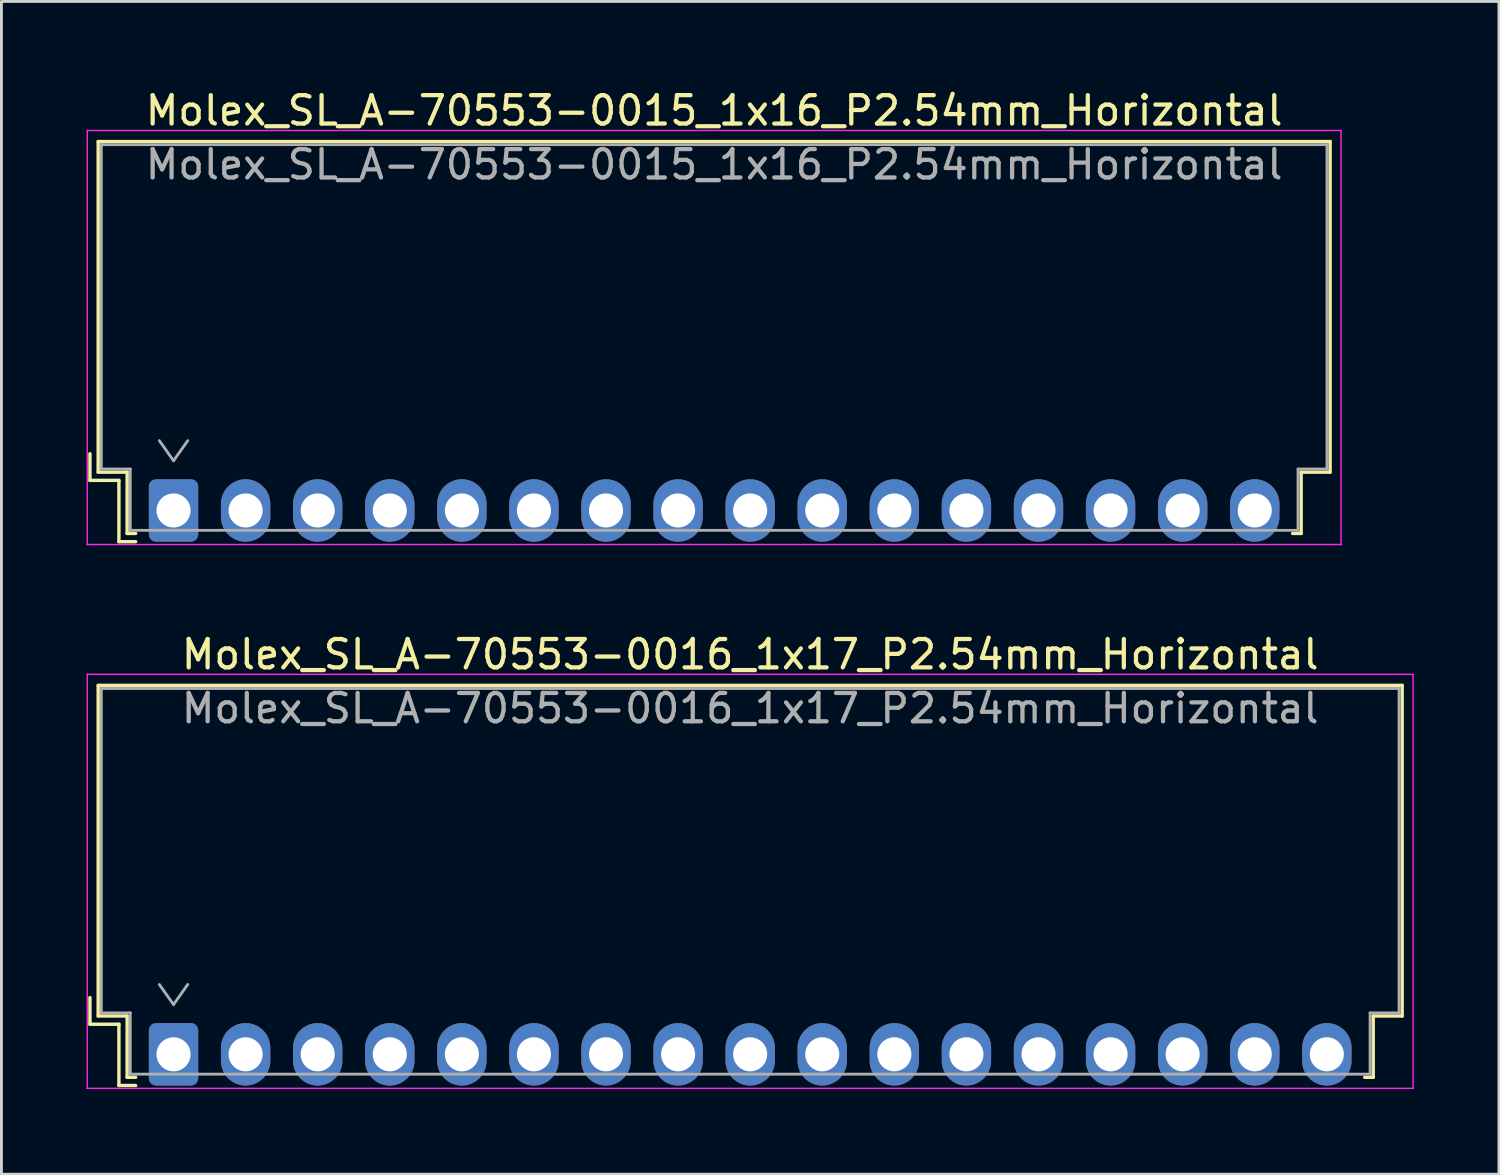
<source format=kicad_pcb>
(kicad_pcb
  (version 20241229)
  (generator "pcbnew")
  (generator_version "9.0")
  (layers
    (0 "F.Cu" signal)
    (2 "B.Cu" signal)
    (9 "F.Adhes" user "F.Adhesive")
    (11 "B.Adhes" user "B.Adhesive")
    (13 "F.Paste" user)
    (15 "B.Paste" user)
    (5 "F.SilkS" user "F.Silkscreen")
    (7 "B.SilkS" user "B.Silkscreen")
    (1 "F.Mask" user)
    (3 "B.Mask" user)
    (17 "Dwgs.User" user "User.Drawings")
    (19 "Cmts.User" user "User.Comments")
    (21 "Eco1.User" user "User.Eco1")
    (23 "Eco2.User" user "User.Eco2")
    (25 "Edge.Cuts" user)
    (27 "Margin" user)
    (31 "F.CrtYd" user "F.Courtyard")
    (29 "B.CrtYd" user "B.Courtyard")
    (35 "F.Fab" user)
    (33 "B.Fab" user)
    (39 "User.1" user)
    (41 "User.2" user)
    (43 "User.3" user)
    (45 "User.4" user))
  (footprint "Molex_SL_A-70553-0015_1x16_P2.54mm_Horizontal"
    (layer "F.Cu")
    (at 3.065 14.938)
    (property "Reference" "Molex_SL_A-70553-0015_1x16_P2.54mm_Horizontal" (at 19.05 -14.09 0) (layer "F.SilkS") (effects (font (size 1 1) (thickness 0.15))))
    (attr through_hole)
    (fp_line (start -2.945 -2) (end -2.945 -1.06) (stroke (width 0.12) (type solid)) (layer "F.SilkS"))
    (fp_line (start -2.945 -1.06) (end -1.925 -1.06) (stroke (width 0.12) (type solid)) (layer "F.SilkS"))
    (fp_line (start -2.655 -13) (end 40.755 -13) (stroke (width 0.12) (type solid)) (layer "F.SilkS"))
    (fp_line (start -2.655 -1.35) (end -2.655 -13) (stroke (width 0.12) (type solid)) (layer "F.SilkS"))
    (fp_line (start -2.655 -1.35) (end -1.635 -1.35) (stroke (width 0.12) (type solid)) (layer "F.SilkS"))
    (fp_line (start -1.925 -1.06) (end -1.925 1.1) (stroke (width 0.12) (type solid)) (layer "F.SilkS"))
    (fp_line (start -1.925 1.1) (end -1.335 1.1) (stroke (width 0.12) (type solid)) (layer "F.SilkS"))
    (fp_line (start -1.635 -1.35) (end -1.635 0.81) (stroke (width 0.12) (type solid)) (layer "F.SilkS"))
    (fp_line (start -1.635 0.81) (end -1.335 0.81) (stroke (width 0.12) (type solid)) (layer "F.SilkS"))
    (fp_line (start 39.735 -1.35) (end 39.735 0.81) (stroke (width 0.12) (type solid)) (layer "F.SilkS"))
    (fp_line (start 39.735 0.81) (end 39.435 0.81) (stroke (width 0.12) (type solid)) (layer "F.SilkS"))
    (fp_line (start 40.755 -13) (end 40.755 -1.35) (stroke (width 0.12) (type solid)) (layer "F.SilkS"))
    (fp_line (start 40.755 -1.35) (end 39.735 -1.35) (stroke (width 0.12) (type solid)) (layer "F.SilkS"))
    (fp_line (start -3.04 -13.39) (end -3.04 1.2) (stroke (width 0.05) (type solid)) (layer "F.CrtYd"))
    (fp_line (start -3.04 1.2) (end -3.04 1.2) (stroke (width 0.05) (type solid)) (layer "F.CrtYd"))
    (fp_line (start -3.04 1.2) (end -3.04 1.2) (stroke (width 0.05) (type solid)) (layer "F.CrtYd"))
    (fp_line (start -3.04 1.2) (end 41.14 1.2) (stroke (width 0.05) (type solid)) (layer "F.CrtYd"))
    (fp_line (start 41.14 -13.39) (end -3.04 -13.39) (stroke (width 0.05) (type solid)) (layer "F.CrtYd"))
    (fp_line (start 41.14 1.2) (end 41.14 -13.39) (stroke (width 0.05) (type solid)) (layer "F.CrtYd"))
    (fp_line (start 41.14 1.2) (end 41.14 1.2) (stroke (width 0.05) (type solid)) (layer "F.CrtYd"))
    (fp_line (start 41.14 1.2) (end 41.14 1.2) (stroke (width 0.05) (type solid)) (layer "F.CrtYd"))
    (fp_line (start -2.545 -12.89) (end -2.545 -1.46) (stroke (width 0.1) (type solid)) (layer "F.Fab"))
    (fp_line (start -2.545 -1.46) (end -1.525 -1.46) (stroke (width 0.1) (type solid)) (layer "F.Fab"))
    (fp_line (start -1.525 -1.46) (end -1.525 0.7) (stroke (width 0.1) (type solid)) (layer "F.Fab"))
    (fp_line (start -1.525 0.7) (end 39.625 0.7) (stroke (width 0.1) (type solid)) (layer "F.Fab"))
    (fp_line (start -0.5 -2.46) (end 0 -1.753) (stroke (width 0.1) (type solid)) (layer "F.Fab"))
    (fp_line (start 0 -1.753) (end 0.5 -2.46) (stroke (width 0.1) (type solid)) (layer "F.Fab"))
    (fp_line (start 39.625 -1.46) (end 40.645 -1.46) (stroke (width 0.1) (type solid)) (layer "F.Fab"))
    (fp_line (start 39.625 0.7) (end 39.625 -1.46) (stroke (width 0.1) (type solid)) (layer "F.Fab"))
    (fp_line (start 40.645 -12.89) (end -2.545 -12.89) (stroke (width 0.1) (type solid)) (layer "F.Fab"))
    (fp_line (start 40.645 -1.46) (end 40.645 -12.89) (stroke (width 0.1) (type solid)) (layer "F.Fab"))
    (fp_text user "${REFERENCE}" (at 19.05 -12.19 0) (layer "F.Fab") (effects (font (size 1 1) (thickness 0.15))))
    (pad "1" thru_hole roundrect (at 0 0) (size 1.74 2.2) (drill 1.2) (layers "*.Cu" "*.Mask") (roundrect_rratio 0.144))
    (pad "2" thru_hole oval (at 2.54 0) (size 1.74 2.2) (drill 1.2) (layers "*.Cu" "*.Mask"))
    (pad "3" thru_hole oval (at 5.08 0) (size 1.74 2.2) (drill 1.2) (layers "*.Cu" "*.Mask"))
    (pad "4" thru_hole oval (at 7.62 0) (size 1.74 2.2) (drill 1.2) (layers "*.Cu" "*.Mask"))
    (pad "5" thru_hole oval (at 10.16 0) (size 1.74 2.2) (drill 1.2) (layers "*.Cu" "*.Mask"))
    (pad "6" thru_hole oval (at 12.7 0) (size 1.74 2.2) (drill 1.2) (layers "*.Cu" "*.Mask"))
    (pad "7" thru_hole oval (at 15.24 0) (size 1.74 2.2) (drill 1.2) (layers "*.Cu" "*.Mask"))
    (pad "8" thru_hole oval (at 17.78 0) (size 1.74 2.2) (drill 1.2) (layers "*.Cu" "*.Mask"))
    (pad "9" thru_hole oval (at 20.32 0) (size 1.74 2.2) (drill 1.2) (layers "*.Cu" "*.Mask"))
    (pad "10" thru_hole oval (at 22.86 0) (size 1.74 2.2) (drill 1.2) (layers "*.Cu" "*.Mask"))
    (pad "11" thru_hole oval (at 25.4 0) (size 1.74 2.2) (drill 1.2) (layers "*.Cu" "*.Mask"))
    (pad "12" thru_hole oval (at 27.94 0) (size 1.74 2.2) (drill 1.2) (layers "*.Cu" "*.Mask"))
    (pad "13" thru_hole oval (at 30.48 0) (size 1.74 2.2) (drill 1.2) (layers "*.Cu" "*.Mask"))
    (pad "14" thru_hole oval (at 33.02 0) (size 1.74 2.2) (drill 1.2) (layers "*.Cu" "*.Mask"))
    (pad "15" thru_hole oval (at 35.56 0) (size 1.74 2.2) (drill 1.2) (layers "*.Cu" "*.Mask"))
    (pad "16" thru_hole oval (at 38.1 0) (size 1.74 2.2) (drill 1.2) (layers "*.Cu" "*.Mask")))
  (footprint "Molex_SL_A-70553-0016_1x17_P2.54mm_Horizontal"
    (layer "F.Cu")
    (at 3.065 34.102)
    (property "Reference" "Molex_SL_A-70553-0016_1x17_P2.54mm_Horizontal" (at 20.32 -14.09 0) (layer "F.SilkS") (effects (font (size 1 1) (thickness 0.15))))
    (attr through_hole)
    (fp_line (start -2.945 -2) (end -2.945 -1.06) (stroke (width 0.12) (type solid)) (layer "F.SilkS"))
    (fp_line (start -2.945 -1.06) (end -1.925 -1.06) (stroke (width 0.12) (type solid)) (layer "F.SilkS"))
    (fp_line (start -2.655 -13) (end 43.295 -13) (stroke (width 0.12) (type solid)) (layer "F.SilkS"))
    (fp_line (start -2.655 -1.35) (end -2.655 -13) (stroke (width 0.12) (type solid)) (layer "F.SilkS"))
    (fp_line (start -2.655 -1.35) (end -1.635 -1.35) (stroke (width 0.12) (type solid)) (layer "F.SilkS"))
    (fp_line (start -1.925 -1.06) (end -1.925 1.1) (stroke (width 0.12) (type solid)) (layer "F.SilkS"))
    (fp_line (start -1.925 1.1) (end -1.335 1.1) (stroke (width 0.12) (type solid)) (layer "F.SilkS"))
    (fp_line (start -1.635 -1.35) (end -1.635 0.81) (stroke (width 0.12) (type solid)) (layer "F.SilkS"))
    (fp_line (start -1.635 0.81) (end -1.335 0.81) (stroke (width 0.12) (type solid)) (layer "F.SilkS"))
    (fp_line (start 42.275 -1.35) (end 42.275 0.81) (stroke (width 0.12) (type solid)) (layer "F.SilkS"))
    (fp_line (start 42.275 0.81) (end 41.975 0.81) (stroke (width 0.12) (type solid)) (layer "F.SilkS"))
    (fp_line (start 43.295 -13) (end 43.295 -1.35) (stroke (width 0.12) (type solid)) (layer "F.SilkS"))
    (fp_line (start 43.295 -1.35) (end 42.275 -1.35) (stroke (width 0.12) (type solid)) (layer "F.SilkS"))
    (fp_line (start -3.04 -13.39) (end -3.04 1.2) (stroke (width 0.05) (type solid)) (layer "F.CrtYd"))
    (fp_line (start -3.04 1.2) (end -3.04 1.2) (stroke (width 0.05) (type solid)) (layer "F.CrtYd"))
    (fp_line (start -3.04 1.2) (end -3.04 1.2) (stroke (width 0.05) (type solid)) (layer "F.CrtYd"))
    (fp_line (start -3.04 1.2) (end 43.68 1.2) (stroke (width 0.05) (type solid)) (layer "F.CrtYd"))
    (fp_line (start 43.68 -13.39) (end -3.04 -13.39) (stroke (width 0.05) (type solid)) (layer "F.CrtYd"))
    (fp_line (start 43.68 1.2) (end 43.68 -13.39) (stroke (width 0.05) (type solid)) (layer "F.CrtYd"))
    (fp_line (start 43.68 1.2) (end 43.68 1.2) (stroke (width 0.05) (type solid)) (layer "F.CrtYd"))
    (fp_line (start 43.68 1.2) (end 43.68 1.2) (stroke (width 0.05) (type solid)) (layer "F.CrtYd"))
    (fp_line (start -2.545 -12.89) (end -2.545 -1.46) (stroke (width 0.1) (type solid)) (layer "F.Fab"))
    (fp_line (start -2.545 -1.46) (end -1.525 -1.46) (stroke (width 0.1) (type solid)) (layer "F.Fab"))
    (fp_line (start -1.525 -1.46) (end -1.525 0.7) (stroke (width 0.1) (type solid)) (layer "F.Fab"))
    (fp_line (start -1.525 0.7) (end 42.165 0.7) (stroke (width 0.1) (type solid)) (layer "F.Fab"))
    (fp_line (start -0.5 -2.46) (end 0 -1.753) (stroke (width 0.1) (type solid)) (layer "F.Fab"))
    (fp_line (start 0 -1.753) (end 0.5 -2.46) (stroke (width 0.1) (type solid)) (layer "F.Fab"))
    (fp_line (start 42.165 -1.46) (end 43.185 -1.46) (stroke (width 0.1) (type solid)) (layer "F.Fab"))
    (fp_line (start 42.165 0.7) (end 42.165 -1.46) (stroke (width 0.1) (type solid)) (layer "F.Fab"))
    (fp_line (start 43.185 -12.89) (end -2.545 -12.89) (stroke (width 0.1) (type solid)) (layer "F.Fab"))
    (fp_line (start 43.185 -1.46) (end 43.185 -12.89) (stroke (width 0.1) (type solid)) (layer "F.Fab"))
    (fp_text user "${REFERENCE}" (at 20.32 -12.19 0) (layer "F.Fab") (effects (font (size 1 1) (thickness 0.15))))
    (pad "1" thru_hole roundrect (at 0 0) (size 1.74 2.2) (drill 1.2) (layers "*.Cu" "*.Mask") (roundrect_rratio 0.144))
    (pad "2" thru_hole oval (at 2.54 0) (size 1.74 2.2) (drill 1.2) (layers "*.Cu" "*.Mask"))
    (pad "3" thru_hole oval (at 5.08 0) (size 1.74 2.2) (drill 1.2) (layers "*.Cu" "*.Mask"))
    (pad "4" thru_hole oval (at 7.62 0) (size 1.74 2.2) (drill 1.2) (layers "*.Cu" "*.Mask"))
    (pad "5" thru_hole oval (at 10.16 0) (size 1.74 2.2) (drill 1.2) (layers "*.Cu" "*.Mask"))
    (pad "6" thru_hole oval (at 12.7 0) (size 1.74 2.2) (drill 1.2) (layers "*.Cu" "*.Mask"))
    (pad "7" thru_hole oval (at 15.24 0) (size 1.74 2.2) (drill 1.2) (layers "*.Cu" "*.Mask"))
    (pad "8" thru_hole oval (at 17.78 0) (size 1.74 2.2) (drill 1.2) (layers "*.Cu" "*.Mask"))
    (pad "9" thru_hole oval (at 20.32 0) (size 1.74 2.2) (drill 1.2) (layers "*.Cu" "*.Mask"))
    (pad "10" thru_hole oval (at 22.86 0) (size 1.74 2.2) (drill 1.2) (layers "*.Cu" "*.Mask"))
    (pad "11" thru_hole oval (at 25.4 0) (size 1.74 2.2) (drill 1.2) (layers "*.Cu" "*.Mask"))
    (pad "12" thru_hole oval (at 27.94 0) (size 1.74 2.2) (drill 1.2) (layers "*.Cu" "*.Mask"))
    (pad "13" thru_hole oval (at 30.48 0) (size 1.74 2.2) (drill 1.2) (layers "*.Cu" "*.Mask"))
    (pad "14" thru_hole oval (at 33.02 0) (size 1.74 2.2) (drill 1.2) (layers "*.Cu" "*.Mask"))
    (pad "15" thru_hole oval (at 35.56 0) (size 1.74 2.2) (drill 1.2) (layers "*.Cu" "*.Mask"))
    (pad "16" thru_hole oval (at 38.1 0) (size 1.74 2.2) (drill 1.2) (layers "*.Cu" "*.Mask"))
    (pad "17" thru_hole oval (at 40.64 0) (size 1.74 2.2) (drill 1.2) (layers "*.Cu" "*.Mask")))
  (gr_rect
    (start -3 -3)
    (end 49.77 38.327)
    (stroke (width 0.1) (type default))
    (fill no)
    (layer "Edge.Cuts")))
</source>
